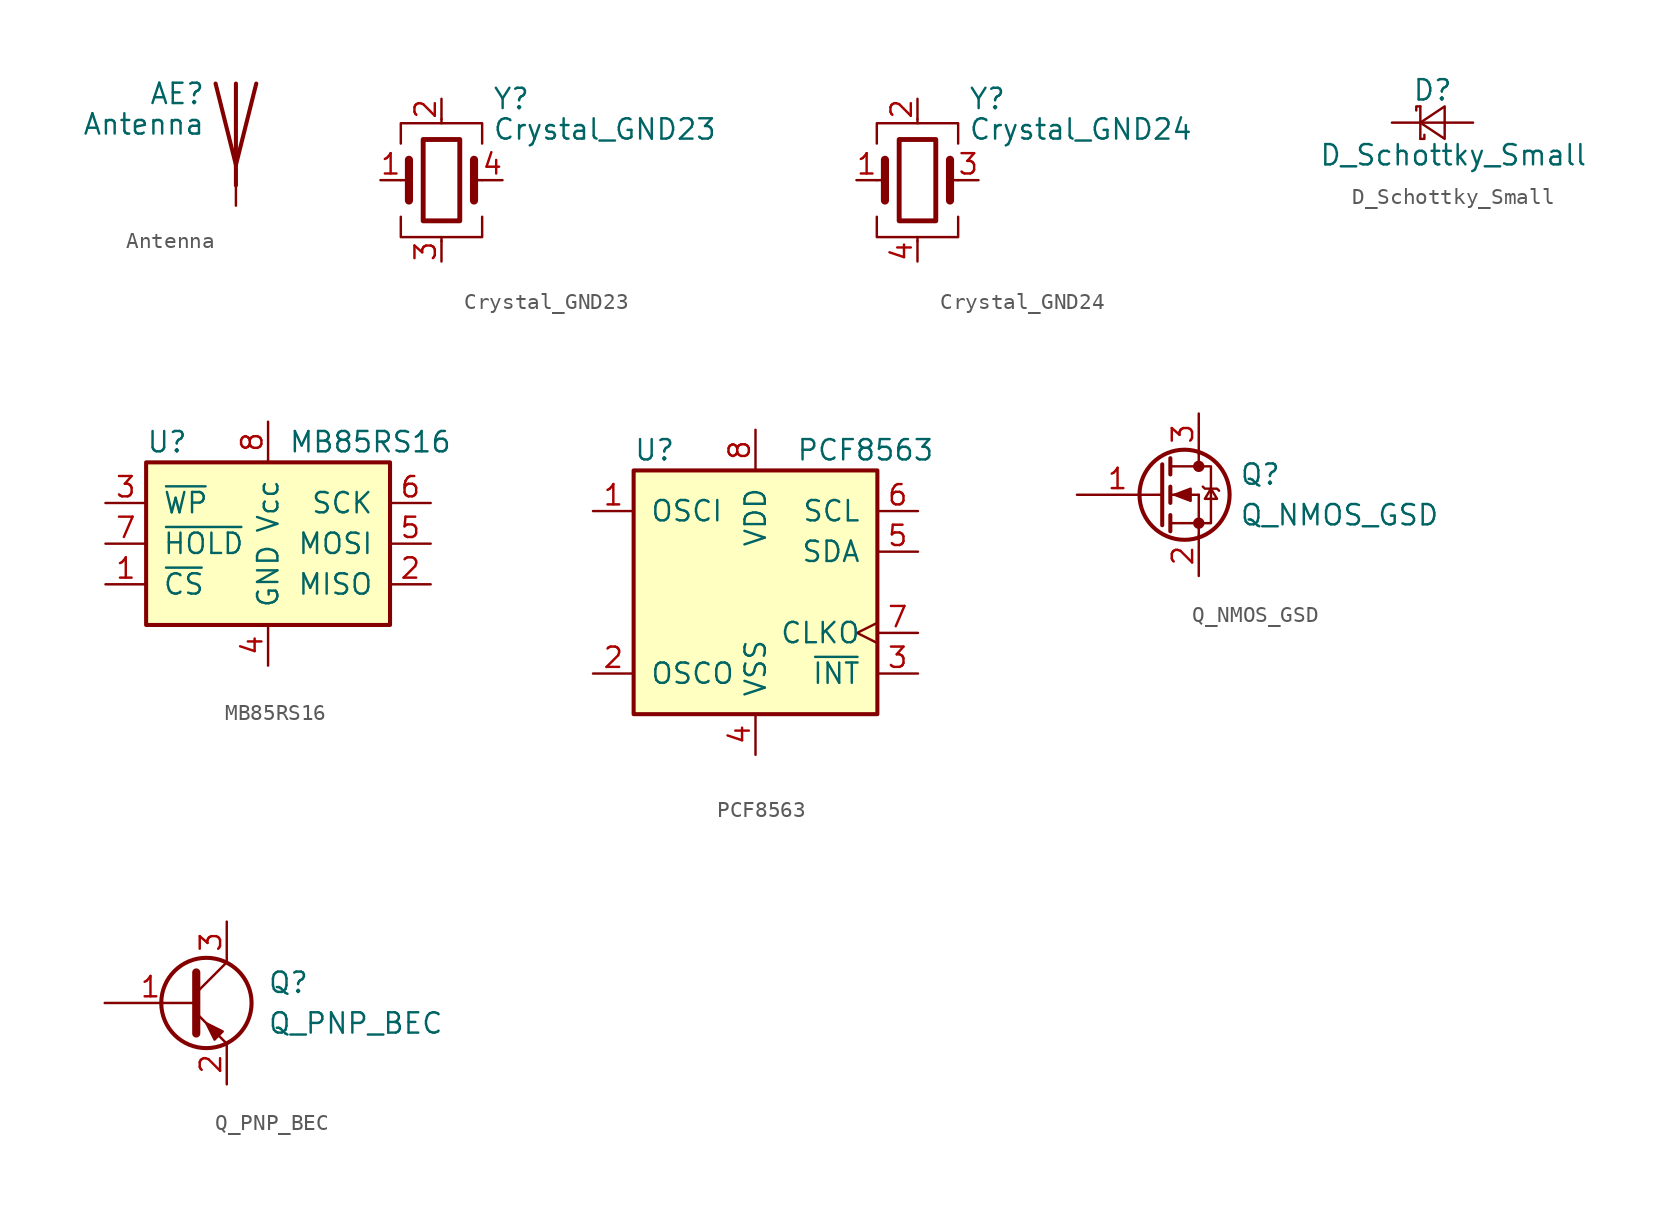
<source format=kicad_sym>
(kicad_symbol_lib
  (version 20231120)
  (generator "kicad_symbol_editor")
  (generator_version "8.0")
  (symbol "Antenna"
    (pin_numbers hide)
    (pin_names
      (offset 1.016) hide)
    (property "Reference" "AE"
      (at -1.905 1.905 0)
      (effects (font (size 1.27 1.27)) (justify right)))
    (property "Value" "Antenna"
      (at -1.905 0 0)
      (effects (font (size 1.27 1.27)) (justify right)))
    (symbol "Antenna_0_1"
      (polyline (pts (xy 0 2.54) (xy 0 -3.81)) (stroke (width 0.254) (type solid)) (fill (type none)))
      (polyline (pts (xy 1.27 2.54) (xy 0 -2.54) (xy -1.27 2.54)) (stroke (width 0.254) (type solid)) (fill (type none))))
    (symbol "Antenna_1_1"
      (pin input line (at 0 -5.08 90) (length 2.54) (name "A" (effects (font (size 1.27 1.27)))) (number "1" (effects (font (size 1.27 1.27)))))))
  (symbol "Crystal_GND23"
    (pin_names
      (offset 1.016) hide)
    (property "Reference" "Y"
      (at 3.175 5.08 0)
      (effects (font (size 1.27 1.27)) (justify left)))
    (property "Value" "Crystal_GND23"
      (at 3.175 3.175 0)
      (effects (font (size 1.27 1.27)) (justify left)))
    (symbol "Crystal_GND23_0_1"
      (rectangle (start -1.143 2.54) (end 1.143 -2.54) (stroke (width 0.305) (type solid)) (fill (type none)))
      (polyline (pts (xy -2.54 0) (xy -2.032 0)) (stroke (width 0) (type solid)) (fill (type none)))
      (polyline (pts (xy -2.032 -1.27) (xy -2.032 1.27)) (stroke (width 0.508) (type solid)) (fill (type none)))
      (polyline (pts (xy 0 -3.81) (xy 0 -3.556)) (stroke (width 0) (type solid)) (fill (type none)))
      (polyline (pts (xy 0 3.556) (xy 0 3.81)) (stroke (width 0) (type solid)) (fill (type none)))
      (polyline (pts (xy 2.032 -1.27) (xy 2.032 1.27)) (stroke (width 0.508) (type solid)) (fill (type none)))
      (polyline (pts (xy 2.032 0) (xy 2.54 0)) (stroke (width 0) (type solid)) (fill (type none)))
      (polyline (pts (xy -2.54 -2.286) (xy -2.54 -3.556) (xy 2.54 -3.556) (xy 2.54 -2.286)) (stroke (width 0) (type solid)) (fill (type none)))
      (polyline (pts (xy -2.54 2.286) (xy -2.54 3.556) (xy 2.54 3.556) (xy 2.54 2.286)) (stroke (width 0) (type solid)) (fill (type none))))
    (symbol "Crystal_GND23_1_1"
      (pin passive line (at -3.81 0 0) (length 1.27) (name "1" (effects (font (size 1.27 1.27)))) (number "1" (effects (font (size 1.27 1.27)))))
      (pin passive line (at 0 5.08 270) (length 1.27) (name "2" (effects (font (size 1.27 1.27)))) (number "2" (effects (font (size 1.27 1.27)))))
      (pin passive line (at 0 -5.08 90) (length 1.27) (name "3" (effects (font (size 1.27 1.27)))) (number "3" (effects (font (size 1.27 1.27)))))
      (pin passive line (at 3.81 0 180) (length 1.27) (name "4" (effects (font (size 1.27 1.27)))) (number "4" (effects (font (size 1.27 1.27)))))))
  (symbol "Crystal_GND24"
    (pin_names
      (offset 1.016) hide)
    (property "Reference" "Y"
      (at 3.175 5.08 0)
      (effects (font (size 1.27 1.27)) (justify left)))
    (property "Value" "Crystal_GND24"
      (at 3.175 3.175 0)
      (effects (font (size 1.27 1.27)) (justify left)))
    (symbol "Crystal_GND24_0_1"
      (rectangle (start -1.143 2.54) (end 1.143 -2.54) (stroke (width 0.305) (type solid)) (fill (type none)))
      (polyline (pts (xy -2.54 0) (xy -2.032 0)) (stroke (width 0) (type solid)) (fill (type none)))
      (polyline (pts (xy -2.032 -1.27) (xy -2.032 1.27)) (stroke (width 0.508) (type solid)) (fill (type none)))
      (polyline (pts (xy 0 -3.81) (xy 0 -3.556)) (stroke (width 0) (type solid)) (fill (type none)))
      (polyline (pts (xy 0 3.556) (xy 0 3.81)) (stroke (width 0) (type solid)) (fill (type none)))
      (polyline (pts (xy 2.032 -1.27) (xy 2.032 1.27)) (stroke (width 0.508) (type solid)) (fill (type none)))
      (polyline (pts (xy 2.032 0) (xy 2.54 0)) (stroke (width 0) (type solid)) (fill (type none)))
      (polyline (pts (xy -2.54 -2.286) (xy -2.54 -3.556) (xy 2.54 -3.556) (xy 2.54 -2.286)) (stroke (width 0) (type solid)) (fill (type none)))
      (polyline (pts (xy -2.54 2.286) (xy -2.54 3.556) (xy 2.54 3.556) (xy 2.54 2.286)) (stroke (width 0) (type solid)) (fill (type none))))
    (symbol "Crystal_GND24_1_1"
      (pin passive line (at -3.81 0 0) (length 1.27) (name "1" (effects (font (size 1.27 1.27)))) (number "1" (effects (font (size 1.27 1.27)))))
      (pin passive line (at 0 5.08 270) (length 1.27) (name "2" (effects (font (size 1.27 1.27)))) (number "2" (effects (font (size 1.27 1.27)))))
      (pin passive line (at 3.81 0 180) (length 1.27) (name "3" (effects (font (size 1.27 1.27)))) (number "3" (effects (font (size 1.27 1.27)))))
      (pin passive line (at 0 -5.08 90) (length 1.27) (name "4" (effects (font (size 1.27 1.27)))) (number "4" (effects (font (size 1.27 1.27)))))))
  (symbol "D_Schottky_Small"
    (pin_numbers hide)
    (pin_names
      (offset 0.254) hide)
    (property "Reference" "D"
      (at -1.27 2.032 0)
      (effects (font (size 1.27 1.27)) (justify left)))
    (property "Value" "D_Schottky_Small"
      (at -7.112 -2.032 0)
      (effects (font (size 1.27 1.27)) (justify left)))
    (symbol "D_Schottky_Small_0_1"
      (polyline (pts (xy -0.762 -1.016) (xy -0.762 1.016)) (stroke (width 0) (type solid)) (fill (type none)))
      (polyline (pts (xy -0.762 0) (xy 0.762 0)) (stroke (width 0) (type solid)) (fill (type none)))
      (polyline (pts (xy -0.762 -1.016) (xy -0.508 -1.016) (xy -0.508 -0.762)) (stroke (width 0) (type solid)) (fill (type none)))
      (polyline (pts (xy -0.762 1.016) (xy -1.016 1.016) (xy -1.016 0.762)) (stroke (width 0) (type solid)) (fill (type none)))
      (polyline (pts (xy 0.762 -1.016) (xy -0.762 0) (xy 0.762 1.016) (xy 0.762 -1.016)) (stroke (width 0) (type solid)) (fill (type none))))
    (symbol "D_Schottky_Small_1_1"
      (pin passive line (at -2.54 0 0) (length 1.778) (name "K" (effects (font (size 1.27 1.27)))) (number "1" (effects (font (size 1.27 1.27)))))
      (pin passive line (at 2.54 0 180) (length 1.778) (name "A" (effects (font (size 1.27 1.27)))) (number "2" (effects (font (size 1.27 1.27)))))))
  (symbol "MB85RS16"
    (pin_names
      (offset 1.016))
    (property "Reference" "U"
      (at -7.62 6.35 0)
      (effects (font (size 1.27 1.27)) (justify left)))
    (property "Value" "MB85RS16"
      (at 1.27 6.35 0)
      (effects (font (size 1.27 1.27)) (justify left)))
    (symbol "MB85RS16_0_1"
      (rectangle (start -7.62 5.08) (end 7.62 -5.08) (stroke (width 0.254) (type solid)) (fill (type background))))
    (symbol "MB85RS16_1_1"
      (pin input line (at -10.16 -2.54 0) (length 2.54) (name "~{CS}" (effects (font (size 1.27 1.27)))) (number "1" (effects (font (size 1.27 1.27)))))
      (pin input line (at 10.16 -2.54 180) (length 2.54) (name "MISO" (effects (font (size 1.27 1.27)))) (number "2" (effects (font (size 1.27 1.27)))))
      (pin input line (at -10.16 2.54 0) (length 2.54) (name "~{WP}" (effects (font (size 1.27 1.27)))) (number "3" (effects (font (size 1.27 1.27)))))
      (pin power_in line (at 0 -7.62 90) (length 2.54) (name "GND" (effects (font (size 1.27 1.27)))) (number "4" (effects (font (size 1.27 1.27)))))
      (pin input line (at 10.16 0 180) (length 2.54) (name "MOSI" (effects (font (size 1.27 1.27)))) (number "5" (effects (font (size 1.27 1.27)))))
      (pin input line (at 10.16 2.54 180) (length 2.54) (name "SCK" (effects (font (size 1.27 1.27)))) (number "6" (effects (font (size 1.27 1.27)))))
      (pin input line (at -10.16 0 0) (length 2.54) (name "~{HOLD}" (effects (font (size 1.27 1.27)))) (number "7" (effects (font (size 1.27 1.27)))))
      (pin power_in line (at 0 7.62 270) (length 2.54) (name "Vcc" (effects (font (size 1.27 1.27)))) (number "8" (effects (font (size 1.27 1.27)))))))
  (symbol "PCF8563"
    (pin_names
      (offset 1.016))
    (property "Reference" "U"
      (at -7.62 8.89 0)
      (effects (font (size 1.27 1.27)) (justify left)))
    (property "Value" "PCF8563"
      (at 2.54 8.89 0)
      (effects (font (size 1.27 1.27)) (justify left)))
    (symbol "PCF8563_0_1"
      (rectangle (start -7.62 7.62) (end 7.62 -7.62) (stroke (width 0.254) (type solid)) (fill (type background))))
    (symbol "PCF8563_1_1"
      (pin input line (at -10.16 5.08 0) (length 2.54) (name "OSCI" (effects (font (size 1.27 1.27)))) (number "1" (effects (font (size 1.27 1.27)))))
      (pin output line (at -10.16 -5.08 0) (length 2.54) (name "OSCO" (effects (font (size 1.27 1.27)))) (number "2" (effects (font (size 1.27 1.27)))))
      (pin output line (at 10.16 -5.08 180) (length 2.54) (name "~{INT}" (effects (font (size 1.27 1.27)))) (number "3" (effects (font (size 1.27 1.27)))))
      (pin power_in line (at 0 -10.16 90) (length 2.54) (name "VSS" (effects (font (size 1.27 1.27)))) (number "4" (effects (font (size 1.27 1.27)))))
      (pin bidirectional line (at 10.16 2.54 180) (length 2.54) (name "SDA" (effects (font (size 1.27 1.27)))) (number "5" (effects (font (size 1.27 1.27)))))
      (pin input line (at 10.16 5.08 180) (length 2.54) (name "SCL" (effects (font (size 1.27 1.27)))) (number "6" (effects (font (size 1.27 1.27)))))
      (pin output clock (at 10.16 -2.54 180) (length 2.54) (name "CLKO" (effects (font (size 1.27 1.27)))) (number "7" (effects (font (size 1.27 1.27)))))
      (pin power_in line (at 0 10.16 270) (length 2.54) (name "VDD" (effects (font (size 1.27 1.27)))) (number "8" (effects (font (size 1.27 1.27)))))))
  (symbol "Q_NMOS_GSD"
    (pin_names
      (offset 0) hide)
    (property "Reference" "Q"
      (at 5.08 1.27 0)
      (effects (font (size 1.27 1.27)) (justify left)))
    (property "Value" "Q_NMOS_GSD"
      (at 5.08 -1.27 0)
      (effects (font (size 1.27 1.27)) (justify left)))
    (symbol "Q_NMOS_GSD_0_1"
      (polyline (pts (xy 0.051 0) (xy 0.254 0)) (stroke (width 0) (type solid)) (fill (type none)))
      (polyline (pts (xy 0.762 -1.778) (xy 2.54 -1.778)) (stroke (width 0) (type solid)) (fill (type none)))
      (polyline (pts (xy 0.762 -1.27) (xy 0.762 -2.286)) (stroke (width 0.254) (type solid)) (fill (type none)))
      (polyline (pts (xy 0.762 0) (xy 2.54 0)) (stroke (width 0) (type solid)) (fill (type none)))
      (polyline (pts (xy 0.762 0.508) (xy 0.762 -0.508)) (stroke (width 0.254) (type solid)) (fill (type none)))
      (polyline (pts (xy 0.762 1.778) (xy 2.54 1.778)) (stroke (width 0) (type solid)) (fill (type none)))
      (polyline (pts (xy 0.762 2.286) (xy 0.762 1.27)) (stroke (width 0.254) (type solid)) (fill (type none)))
      (polyline (pts (xy 2.54 -1.778) (xy 2.54 -2.54)) (stroke (width 0) (type solid)) (fill (type none)))
      (polyline (pts (xy 2.54 -1.778) (xy 2.54 0)) (stroke (width 0) (type solid)) (fill (type none)))
      (polyline (pts (xy 2.54 2.54) (xy 2.54 1.778)) (stroke (width 0) (type solid)) (fill (type none)))
      (polyline (pts (xy 0.254 1.905) (xy 0.254 -1.905) (xy 0.254 -1.905)) (stroke (width 0.254) (type solid)) (fill (type none)))
      (polyline (pts (xy 1.016 0) (xy 2.032 0.381) (xy 2.032 -0.381) (xy 1.016 0)) (stroke (width 0) (type solid)) (fill (type outline)))
      (polyline (pts (xy 2.54 -1.778) (xy 3.302 -1.778) (xy 3.302 1.778) (xy 2.54 1.778)) (stroke (width 0) (type solid)) (fill (type none)))
      (polyline (pts (xy 2.794 0.508) (xy 2.921 0.381) (xy 3.683 0.381) (xy 3.81 0.254)) (stroke (width 0) (type solid)) (fill (type none)))
      (polyline (pts (xy 3.302 0.381) (xy 2.921 -0.254) (xy 3.683 -0.254) (xy 3.302 0.381)) (stroke (width 0) (type solid)) (fill (type none)))
      (circle (center 1.651 0) (radius 2.819) (stroke (width 0.254) (type solid)) (fill (type none)))
      (circle (center 2.54 -1.778) (radius 0.279) (stroke (width 0) (type solid)) (fill (type outline)))
      (circle (center 2.54 1.778) (radius 0.279) (stroke (width 0) (type solid)) (fill (type outline))))
    (symbol "Q_NMOS_GSD_1_1"
      (pin input line (at -5.08 0 0) (length 5.08) (name "G" (effects (font (size 1.27 1.27)))) (number "1" (effects (font (size 1.27 1.27)))))
      (pin passive line (at 2.54 -5.08 90) (length 2.54) (name "S" (effects (font (size 1.27 1.27)))) (number "2" (effects (font (size 1.27 1.27)))))
      (pin passive line (at 2.54 5.08 270) (length 2.54) (name "D" (effects (font (size 1.27 1.27)))) (number "3" (effects (font (size 1.27 1.27)))))))
  (symbol "Q_PNP_BEC"
    (pin_names
      (offset 0) hide)
    (property "Reference" "Q"
      (at 5.08 1.27 0)
      (effects (font (size 1.27 1.27)) (justify left)))
    (property "Value" "Q_PNP_BEC"
      (at 5.08 -1.27 0)
      (effects (font (size 1.27 1.27)) (justify left)))
    (symbol "Q_PNP_BEC_0_1"
      (polyline (pts (xy 0.635 0.635) (xy 2.54 2.54)) (stroke (width 0) (type solid)) (fill (type none)))
      (polyline (pts (xy 0.635 -0.635) (xy 2.54 -2.54) (xy 2.54 -2.54)) (stroke (width 0) (type solid)) (fill (type none)))
      (polyline (pts (xy 0.635 1.905) (xy 0.635 -1.905) (xy 0.635 -1.905)) (stroke (width 0.508) (type solid)) (fill (type none)))
      (polyline (pts (xy 2.286 -1.778) (xy 1.778 -2.286) (xy 1.27 -1.27) (xy 2.286 -1.778) (xy 2.286 -1.778)) (stroke (width 0) (type solid)) (fill (type outline)))
      (circle (center 1.27 0) (radius 2.819) (stroke (width 0.254) (type solid)) (fill (type none))))
    (symbol "Q_PNP_BEC_1_1"
      (pin input line (at -5.08 0 0) (length 5.715) (name "B" (effects (font (size 1.27 1.27)))) (number "1" (effects (font (size 1.27 1.27)))))
      (pin passive line (at 2.54 -5.08 90) (length 2.54) (name "E" (effects (font (size 1.27 1.27)))) (number "2" (effects (font (size 1.27 1.27)))))
      (pin passive line (at 2.54 5.08 270) (length 2.54) (name "C" (effects (font (size 1.27 1.27)))) (number "3" (effects (font (size 1.27 1.27))))))))
</source>
